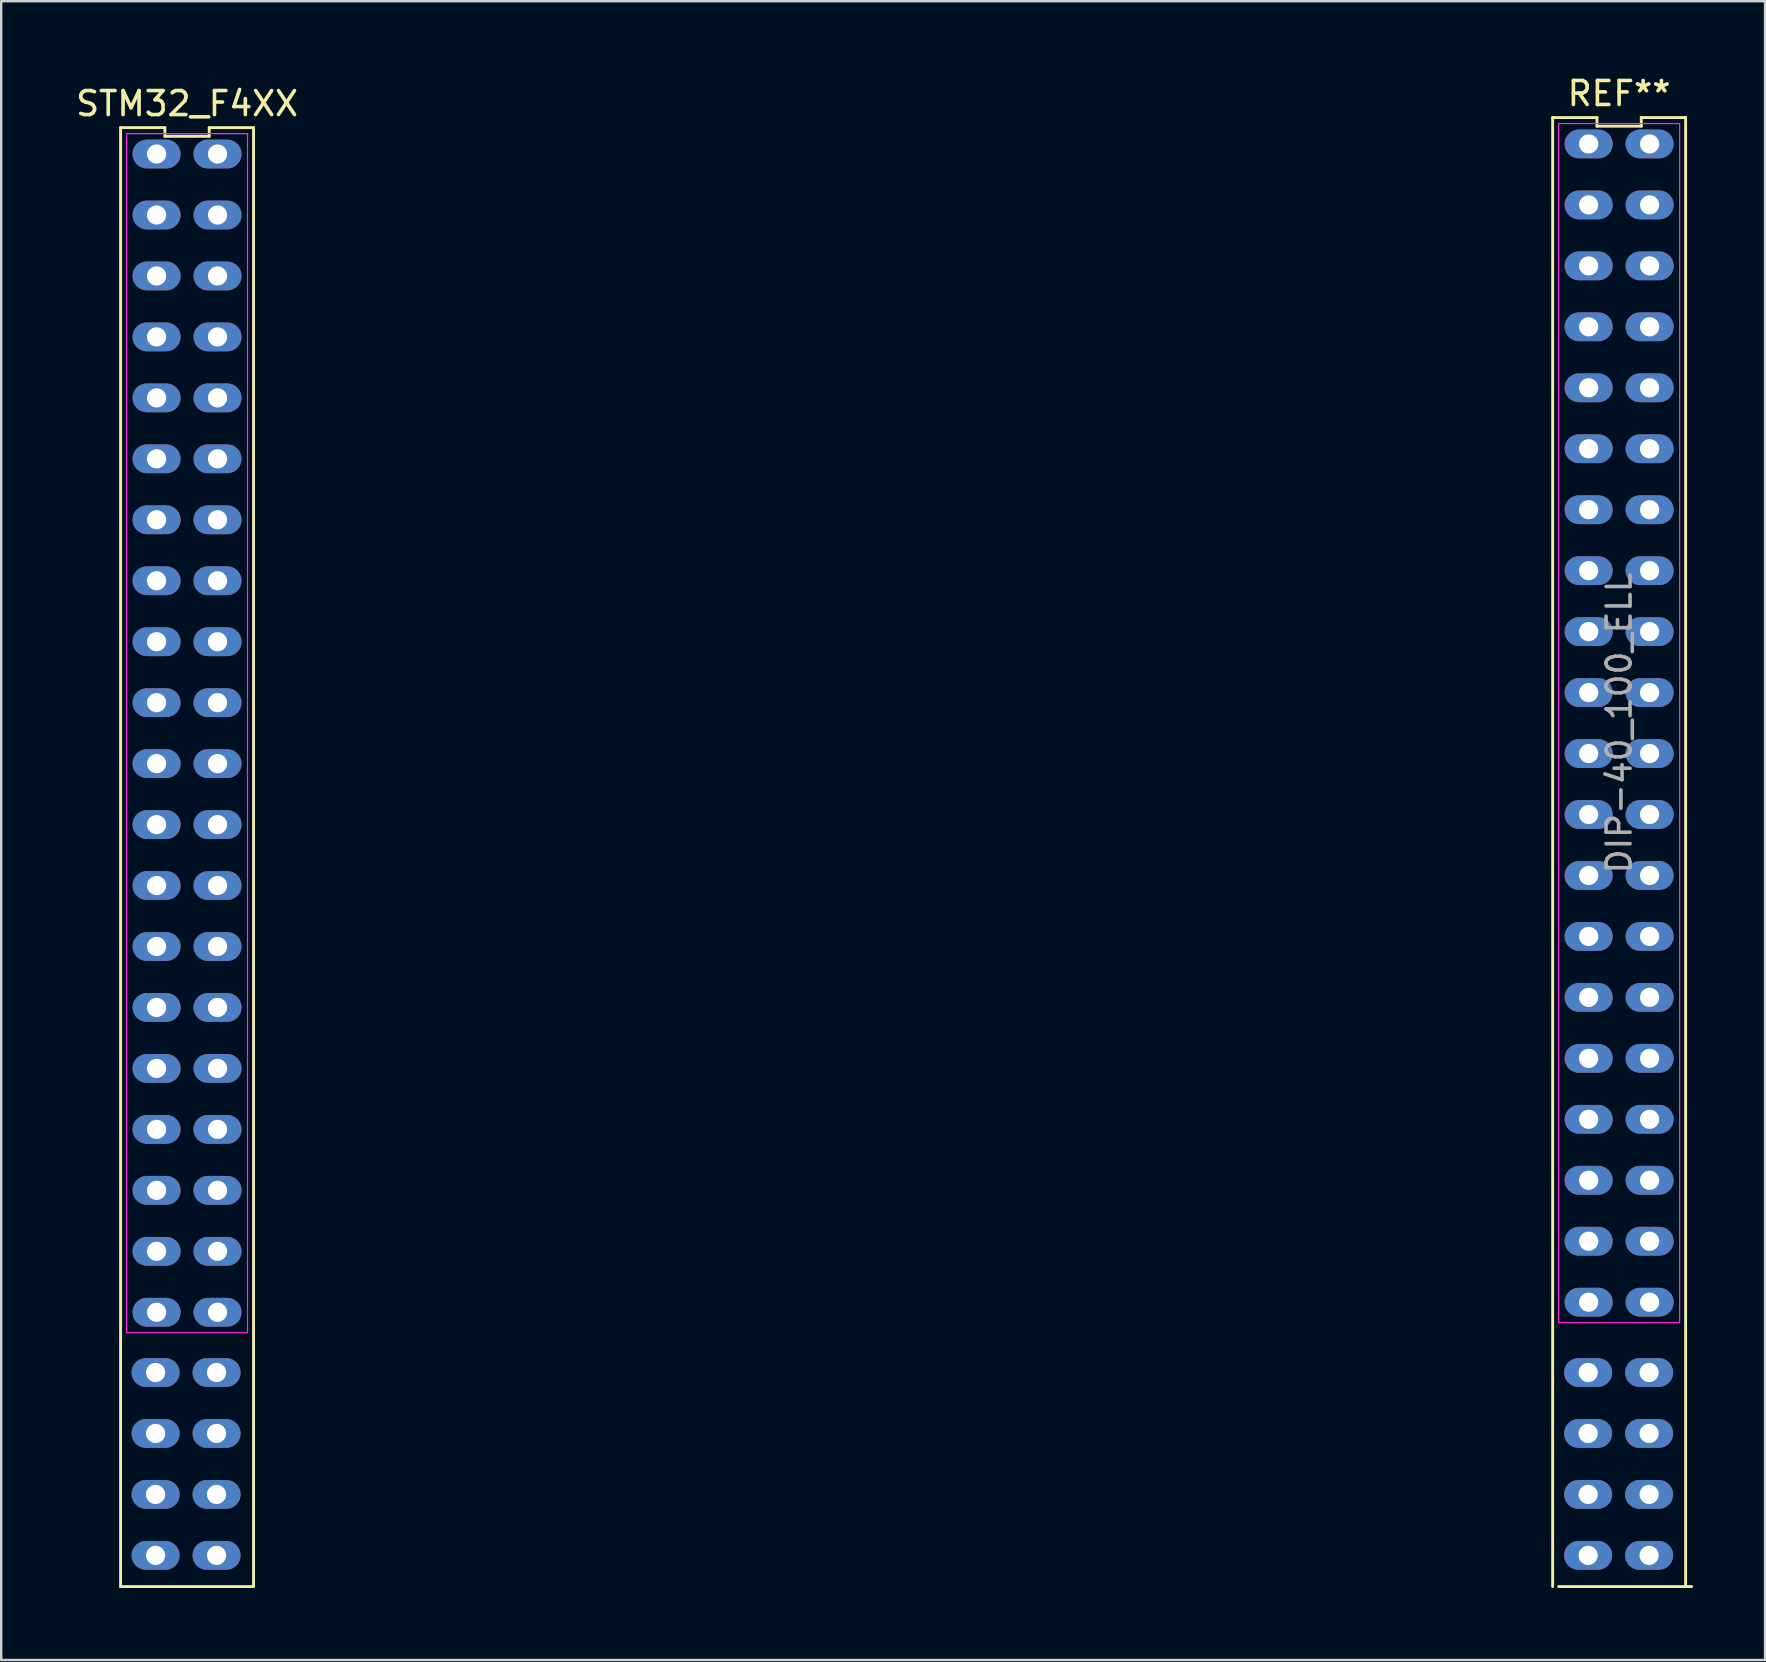
<source format=kicad_pcb>
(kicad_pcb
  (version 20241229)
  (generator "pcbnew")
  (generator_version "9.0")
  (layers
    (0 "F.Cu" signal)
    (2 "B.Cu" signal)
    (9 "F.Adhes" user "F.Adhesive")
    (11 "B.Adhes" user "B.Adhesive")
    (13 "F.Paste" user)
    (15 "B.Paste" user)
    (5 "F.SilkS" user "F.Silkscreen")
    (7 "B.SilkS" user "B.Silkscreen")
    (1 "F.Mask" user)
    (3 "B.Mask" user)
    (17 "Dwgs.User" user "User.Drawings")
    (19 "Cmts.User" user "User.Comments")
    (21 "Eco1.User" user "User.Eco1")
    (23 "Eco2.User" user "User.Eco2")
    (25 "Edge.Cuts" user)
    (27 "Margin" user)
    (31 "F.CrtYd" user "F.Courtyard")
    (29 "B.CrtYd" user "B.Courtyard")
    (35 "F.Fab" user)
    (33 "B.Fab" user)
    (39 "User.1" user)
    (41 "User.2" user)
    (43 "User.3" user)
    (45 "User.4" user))
  (footprint "STM32_F4XX"
    (layer "F.Cu")
    (at 44.114 26.228)
    (property "Reference" "STM32_F4XX" (at -39.37 -24.96 0) (layer "F.SilkS") (effects (font (size 1 1) (thickness 0.15))))
    (attr through_hole)
    (fp_line (start -42.14 36.83) (end -36.6 36.83) (stroke (width 0.12) (type solid)) (layer "F.SilkS"))
    (fp_line (start -42.14 -23.96) (end -42.14 36.83) (stroke (width 0.12) (type solid)) (layer "F.SilkS"))
    (fp_line (start -40.293 -23.96) (end -42.14 -23.96) (stroke (width 0.12) (type solid)) (layer "F.SilkS"))
    (fp_line (start -40.293 -23.6) (end -40.293 -23.96) (stroke (width 0.12) (type solid)) (layer "F.SilkS"))
    (fp_line (start -38.447 -23.96) (end -38.447 -23.6) (stroke (width 0.12) (type solid)) (layer "F.SilkS"))
    (fp_line (start -38.447 -23.6) (end -40.293 -23.6) (stroke (width 0.12) (type solid)) (layer "F.SilkS"))
    (fp_line (start -36.6 36.83) (end -36.6 -23.96) (stroke (width 0.12) (type solid)) (layer "F.SilkS"))
    (fp_line (start -36.6 -23.96) (end -38.447 -23.96) (stroke (width 0.12) (type solid)) (layer "F.SilkS"))
    (fp_line (start 17.53 -24.38) (end 17.53 36.83) (stroke (width 0.12) (type solid)) (layer "F.SilkS"))
    (fp_line (start 17.78 36.83) (end 23.32 36.83) (stroke (width 0.12) (type solid)) (layer "F.SilkS"))
    (fp_line (start 19.377 -24.38) (end 17.53 -24.38) (stroke (width 0.12) (type solid)) (layer "F.SilkS"))
    (fp_line (start 19.377 -24.02) (end 19.377 -24.38) (stroke (width 0.12) (type solid)) (layer "F.SilkS"))
    (fp_line (start 21.223 -24.38) (end 21.223 -24.02) (stroke (width 0.12) (type solid)) (layer "F.SilkS"))
    (fp_line (start 21.223 -24.02) (end 19.377 -24.02) (stroke (width 0.12) (type solid)) (layer "F.SilkS"))
    (fp_line (start 23.07 36.83) (end 23.07 -24.38) (stroke (width 0.12) (type solid)) (layer "F.SilkS"))
    (fp_line (start 23.07 -24.38) (end 21.223 -24.38) (stroke (width 0.12) (type solid)) (layer "F.SilkS"))
    (fp_line (start -41.89 -23.71) (end -36.85 -23.71) (stroke (width 0.05) (type solid)) (layer "F.CrtYd"))
    (fp_line (start -41.89 26.25) (end -41.89 -23.71) (stroke (width 0.05) (type solid)) (layer "F.CrtYd"))
    (fp_line (start -36.85 -23.71) (end -36.85 26.25) (stroke (width 0.05) (type solid)) (layer "F.CrtYd"))
    (fp_line (start -36.85 26.25) (end -41.89 26.25) (stroke (width 0.05) (type solid)) (layer "F.CrtYd"))
    (fp_line (start 17.78 -24.13) (end 22.82 -24.13) (stroke (width 0.05) (type solid)) (layer "F.CrtYd"))
    (fp_line (start 17.78 25.83) (end 17.78 -24.13) (stroke (width 0.05) (type solid)) (layer "F.CrtYd"))
    (fp_line (start 22.82 -24.13) (end 22.82 25.83) (stroke (width 0.05) (type solid)) (layer "F.CrtYd"))
    (fp_line (start 22.82 25.83) (end 17.78 25.83) (stroke (width 0.05) (type solid)) (layer "F.CrtYd"))
    (fp_text user "REF**" (at 20.3 -25.38 0) (layer "F.SilkS") (effects (font (size 1 1) (thickness 0.15))))
    (fp_text user "DIP-40_100_ELL" (at 20.3 0.85 270) (layer "F.Fab") (effects (font (size 1 1) (thickness 0.15))))
    (pad "1" thru_hole oval (at -40.64 -22.86 270) (size 1.2 2) (drill 0.8) (layers "*.Cu" "*.Mask"))
    (pad "2" thru_hole oval (at -38.1 -22.86 270) (size 1.2 2) (drill 0.8) (layers "*.Cu" "*.Mask"))
    (pad "3" thru_hole oval (at -40.64 -20.32 270) (size 1.2 2) (drill 0.8) (layers "*.Cu" "*.Mask"))
    (pad "4" thru_hole oval (at -38.1 -20.32 270) (size 1.2 2) (drill 0.8) (layers "*.Cu" "*.Mask"))
    (pad "5" thru_hole oval (at -40.64 -17.78 270) (size 1.2 2) (drill 0.8) (layers "*.Cu" "*.Mask"))
    (pad "6" thru_hole oval (at -38.1 -17.78 270) (size 1.2 2) (drill 0.8) (layers "*.Cu" "*.Mask"))
    (pad "7" thru_hole oval (at -40.64 -15.24 270) (size 1.2 2) (drill 0.8) (layers "*.Cu" "*.Mask"))
    (pad "8" thru_hole oval (at -38.1 -15.24 270) (size 1.2 2) (drill 0.8) (layers "*.Cu" "*.Mask"))
    (pad "9" thru_hole oval (at -40.64 -12.7 270) (size 1.2 2) (drill 0.8) (layers "*.Cu" "*.Mask"))
    (pad "10" thru_hole oval (at -38.1 -12.7 270) (size 1.2 2) (drill 0.8) (layers "*.Cu" "*.Mask"))
    (pad "11" thru_hole oval (at -40.64 -10.16 270) (size 1.2 2) (drill 0.8) (layers "*.Cu" "*.Mask"))
    (pad "12" thru_hole oval (at -38.1 -10.16 270) (size 1.2 2) (drill 0.8) (layers "*.Cu" "*.Mask"))
    (pad "13" thru_hole oval (at -40.64 -7.62 270) (size 1.2 2) (drill 0.8) (layers "*.Cu" "*.Mask"))
    (pad "14" thru_hole oval (at -38.1 -7.62 270) (size 1.2 2) (drill 0.8) (layers "*.Cu" "*.Mask"))
    (pad "15" thru_hole oval (at -40.64 -5.08 270) (size 1.2 2) (drill 0.8) (layers "*.Cu" "*.Mask"))
    (pad "16" thru_hole oval (at -38.1 -5.08 270) (size 1.2 2) (drill 0.8) (layers "*.Cu" "*.Mask"))
    (pad "17" thru_hole oval (at -40.64 -2.54 270) (size 1.2 2) (drill 0.8) (layers "*.Cu" "*.Mask"))
    (pad "18" thru_hole oval (at -38.1 -2.54 270) (size 1.2 2) (drill 0.8) (layers "*.Cu" "*.Mask"))
    (pad "19" thru_hole oval (at -40.64 0 270) (size 1.2 2) (drill 0.8) (layers "*.Cu" "*.Mask"))
    (pad "20" thru_hole oval (at -38.1 0 270) (size 1.2 2) (drill 0.8) (layers "*.Cu" "*.Mask"))
    (pad "21" thru_hole oval (at -40.64 2.54 270) (size 1.2 2) (drill 0.8) (layers "*.Cu" "*.Mask"))
    (pad "22" thru_hole oval (at -38.1 2.54 270) (size 1.2 2) (drill 0.8) (layers "*.Cu" "*.Mask"))
    (pad "23" thru_hole oval (at -40.64 5.08 270) (size 1.2 2) (drill 0.8) (layers "*.Cu" "*.Mask"))
    (pad "24" thru_hole oval (at -38.1 5.08 270) (size 1.2 2) (drill 0.8) (layers "*.Cu" "*.Mask"))
    (pad "25" thru_hole oval (at -40.64 7.62 270) (size 1.2 2) (drill 0.8) (layers "*.Cu" "*.Mask"))
    (pad "26" thru_hole oval (at -38.1 7.62 270) (size 1.2 2) (drill 0.8) (layers "*.Cu" "*.Mask"))
    (pad "27" thru_hole oval (at -40.64 10.16 270) (size 1.2 2) (drill 0.8) (layers "*.Cu" "*.Mask"))
    (pad "28" thru_hole oval (at -38.1 10.16 270) (size 1.2 2) (drill 0.8) (layers "*.Cu" "*.Mask"))
    (pad "29" thru_hole oval (at -40.64 12.7 270) (size 1.2 2) (drill 0.8) (layers "*.Cu" "*.Mask"))
    (pad "30" thru_hole oval (at -38.1 12.7 270) (size 1.2 2) (drill 0.8) (layers "*.Cu" "*.Mask"))
    (pad "31" thru_hole oval (at -40.64 15.24 270) (size 1.2 2) (drill 0.8) (layers "*.Cu" "*.Mask"))
    (pad "32" thru_hole oval (at -38.1 15.24 270) (size 1.2 2) (drill 0.8) (layers "*.Cu" "*.Mask"))
    (pad "33" thru_hole oval (at -40.64 17.78 270) (size 1.2 2) (drill 0.8) (layers "*.Cu" "*.Mask"))
    (pad "34" thru_hole oval (at -38.1 17.78 270) (size 1.2 2) (drill 0.8) (layers "*.Cu" "*.Mask"))
    (pad "35" thru_hole oval (at -40.64 20.32 270) (size 1.2 2) (drill 0.8) (layers "*.Cu" "*.Mask"))
    (pad "36" thru_hole oval (at -38.1 20.32 270) (size 1.2 2) (drill 0.8) (layers "*.Cu" "*.Mask"))
    (pad "37" thru_hole oval (at -40.64 22.86 270) (size 1.2 2) (drill 0.8) (layers "*.Cu" "*.Mask"))
    (pad "38" thru_hole oval (at -38.1 22.86 270) (size 1.2 2) (drill 0.8) (layers "*.Cu" "*.Mask"))
    (pad "39" thru_hole oval (at -40.64 25.4 270) (size 1.2 2) (drill 0.8) (layers "*.Cu" "*.Mask"))
    (pad "40" thru_hole oval (at -38.1 25.4 270) (size 1.2 2) (drill 0.8) (layers "*.Cu" "*.Mask"))
    (pad "41" thru_hole oval (at -40.681 27.91 270) (size 1.2 2) (drill 0.8) (layers "*.Cu" "*.Mask"))
    (pad "42" thru_hole oval (at -38.141 27.91 270) (size 1.2 2) (drill 0.8) (layers "*.Cu" "*.Mask"))
    (pad "43" thru_hole oval (at -40.681 30.45 270) (size 1.2 2) (drill 0.8) (layers "*.Cu" "*.Mask"))
    (pad "44" thru_hole oval (at -38.141 30.45 270) (size 1.2 2) (drill 0.8) (layers "*.Cu" "*.Mask"))
    (pad "45" thru_hole oval (at -40.681 32.99 270) (size 1.2 2) (drill 0.8) (layers "*.Cu" "*.Mask"))
    (pad "46" thru_hole oval (at -38.141 32.99 270) (size 1.2 2) (drill 0.8) (layers "*.Cu" "*.Mask"))
    (pad "47" thru_hole oval (at -40.681 35.53 270) (size 1.2 2) (drill 0.8) (layers "*.Cu" "*.Mask"))
    (pad "48" thru_hole oval (at -38.141 35.53 270) (size 1.2 2) (drill 0.8) (layers "*.Cu" "*.Mask"))
    (pad "49" thru_hole oval (at 19.03 -23.28 270) (size 1.2 2) (drill 0.8) (layers "*.Cu" "*.Mask"))
    (pad "50" thru_hole oval (at 21.57 -23.28 270) (size 1.2 2) (drill 0.8) (layers "*.Cu" "*.Mask"))
    (pad "51" thru_hole oval (at 19.03 -20.74 270) (size 1.2 2) (drill 0.8) (layers "*.Cu" "*.Mask"))
    (pad "52" thru_hole oval (at 21.57 -20.74 270) (size 1.2 2) (drill 0.8) (layers "*.Cu" "*.Mask"))
    (pad "53" thru_hole oval (at 19.03 -18.2 270) (size 1.2 2) (drill 0.8) (layers "*.Cu" "*.Mask"))
    (pad "54" thru_hole oval (at 21.57 -18.2 270) (size 1.2 2) (drill 0.8) (layers "*.Cu" "*.Mask"))
    (pad "55" thru_hole oval (at 19.03 -15.66 270) (size 1.2 2) (drill 0.8) (layers "*.Cu" "*.Mask"))
    (pad "56" thru_hole oval (at 21.57 -15.66 270) (size 1.2 2) (drill 0.8) (layers "*.Cu" "*.Mask"))
    (pad "57" thru_hole oval (at 19.03 -13.12 270) (size 1.2 2) (drill 0.8) (layers "*.Cu" "*.Mask"))
    (pad "58" thru_hole oval (at 21.57 -13.12 270) (size 1.2 2) (drill 0.8) (layers "*.Cu" "*.Mask"))
    (pad "59" thru_hole oval (at 19.03 -10.58 270) (size 1.2 2) (drill 0.8) (layers "*.Cu" "*.Mask"))
    (pad "60" thru_hole oval (at 21.57 -10.58 270) (size 1.2 2) (drill 0.8) (layers "*.Cu" "*.Mask"))
    (pad "61" thru_hole oval (at 19.03 -8.04 270) (size 1.2 2) (drill 0.8) (layers "*.Cu" "*.Mask"))
    (pad "62" thru_hole oval (at 21.57 -8.04 270) (size 1.2 2) (drill 0.8) (layers "*.Cu" "*.Mask"))
    (pad "63" thru_hole oval (at 19.03 -5.5 270) (size 1.2 2) (drill 0.8) (layers "*.Cu" "*.Mask"))
    (pad "64" thru_hole oval (at 21.57 -5.5 270) (size 1.2 2) (drill 0.8) (layers "*.Cu" "*.Mask"))
    (pad "65" thru_hole oval (at 19.03 -2.96 270) (size 1.2 2) (drill 0.8) (layers "*.Cu" "*.Mask"))
    (pad "66" thru_hole oval (at 21.57 -2.96 270) (size 1.2 2) (drill 0.8) (layers "*.Cu" "*.Mask"))
    (pad "67" thru_hole oval (at 19.03 -0.42 270) (size 1.2 2) (drill 0.8) (layers "*.Cu" "*.Mask"))
    (pad "68" thru_hole oval (at 21.57 -0.42 270) (size 1.2 2) (drill 0.8) (layers "*.Cu" "*.Mask"))
    (pad "69" thru_hole oval (at 19.03 2.12 270) (size 1.2 2) (drill 0.8) (layers "*.Cu" "*.Mask"))
    (pad "70" thru_hole oval (at 21.57 2.12 270) (size 1.2 2) (drill 0.8) (layers "*.Cu" "*.Mask"))
    (pad "71" thru_hole oval (at 19.03 4.66 270) (size 1.2 2) (drill 0.8) (layers "*.Cu" "*.Mask"))
    (pad "72" thru_hole oval (at 21.57 4.66 270) (size 1.2 2) (drill 0.8) (layers "*.Cu" "*.Mask"))
    (pad "73" thru_hole oval (at 19.03 7.2 270) (size 1.2 2) (drill 0.8) (layers "*.Cu" "*.Mask"))
    (pad "74" thru_hole oval (at 21.57 7.2 270) (size 1.2 2) (drill 0.8) (layers "*.Cu" "*.Mask"))
    (pad "75" thru_hole oval (at 19.03 9.74 270) (size 1.2 2) (drill 0.8) (layers "*.Cu" "*.Mask"))
    (pad "76" thru_hole oval (at 21.57 9.74 270) (size 1.2 2) (drill 0.8) (layers "*.Cu" "*.Mask"))
    (pad "77" thru_hole oval (at 19.03 12.28 270) (size 1.2 2) (drill 0.8) (layers "*.Cu" "*.Mask"))
    (pad "78" thru_hole oval (at 21.57 12.28 270) (size 1.2 2) (drill 0.8) (layers "*.Cu" "*.Mask"))
    (pad "79" thru_hole oval (at 19.03 14.82 270) (size 1.2 2) (drill 0.8) (layers "*.Cu" "*.Mask"))
    (pad "80" thru_hole oval (at 21.57 14.82 270) (size 1.2 2) (drill 0.8) (layers "*.Cu" "*.Mask"))
    (pad "81" thru_hole oval (at 19.03 17.36 270) (size 1.2 2) (drill 0.8) (layers "*.Cu" "*.Mask"))
    (pad "82" thru_hole oval (at 21.57 17.36 270) (size 1.2 2) (drill 0.8) (layers "*.Cu" "*.Mask"))
    (pad "83" thru_hole oval (at 19.03 19.9 270) (size 1.2 2) (drill 0.8) (layers "*.Cu" "*.Mask"))
    (pad "84" thru_hole oval (at 21.57 19.9 270) (size 1.2 2) (drill 0.8) (layers "*.Cu" "*.Mask"))
    (pad "85" thru_hole oval (at 19.03 22.44 270) (size 1.2 2) (drill 0.8) (layers "*.Cu" "*.Mask"))
    (pad "86" thru_hole oval (at 21.57 22.44 270) (size 1.2 2) (drill 0.8) (layers "*.Cu" "*.Mask"))
    (pad "87" thru_hole oval (at 19.03 24.98 270) (size 1.2 2) (drill 0.8) (layers "*.Cu" "*.Mask"))
    (pad "88" thru_hole oval (at 21.57 24.98 270) (size 1.2 2) (drill 0.8) (layers "*.Cu" "*.Mask"))
    (pad "89" thru_hole oval (at 19.009 27.91 270) (size 1.2 2) (drill 0.8) (layers "*.Cu" "*.Mask"))
    (pad "90" thru_hole oval (at 21.549 27.91 270) (size 1.2 2) (drill 0.8) (layers "*.Cu" "*.Mask"))
    (pad "91" thru_hole oval (at 19.009 30.45 270) (size 1.2 2) (drill 0.8) (layers "*.Cu" "*.Mask"))
    (pad "92" thru_hole oval (at 21.549 30.45 270) (size 1.2 2) (drill 0.8) (layers "*.Cu" "*.Mask"))
    (pad "93" thru_hole oval (at 19.009 32.99 270) (size 1.2 2) (drill 0.8) (layers "*.Cu" "*.Mask"))
    (pad "94" thru_hole oval (at 21.549 32.99 270) (size 1.2 2) (drill 0.8) (layers "*.Cu" "*.Mask"))
    (pad "95" thru_hole oval (at 19.009 35.53 270) (size 1.2 2) (drill 0.8) (layers "*.Cu" "*.Mask"))
    (pad "96" thru_hole oval (at 21.549 35.53 270) (size 1.2 2) (drill 0.8) (layers "*.Cu" "*.Mask")))
  (gr_rect
    (start -3 -3)
    (end 70.494 66.118)
    (stroke (width 0.1) (type default))
    (fill no)
    (layer "Edge.Cuts")))
</source>
